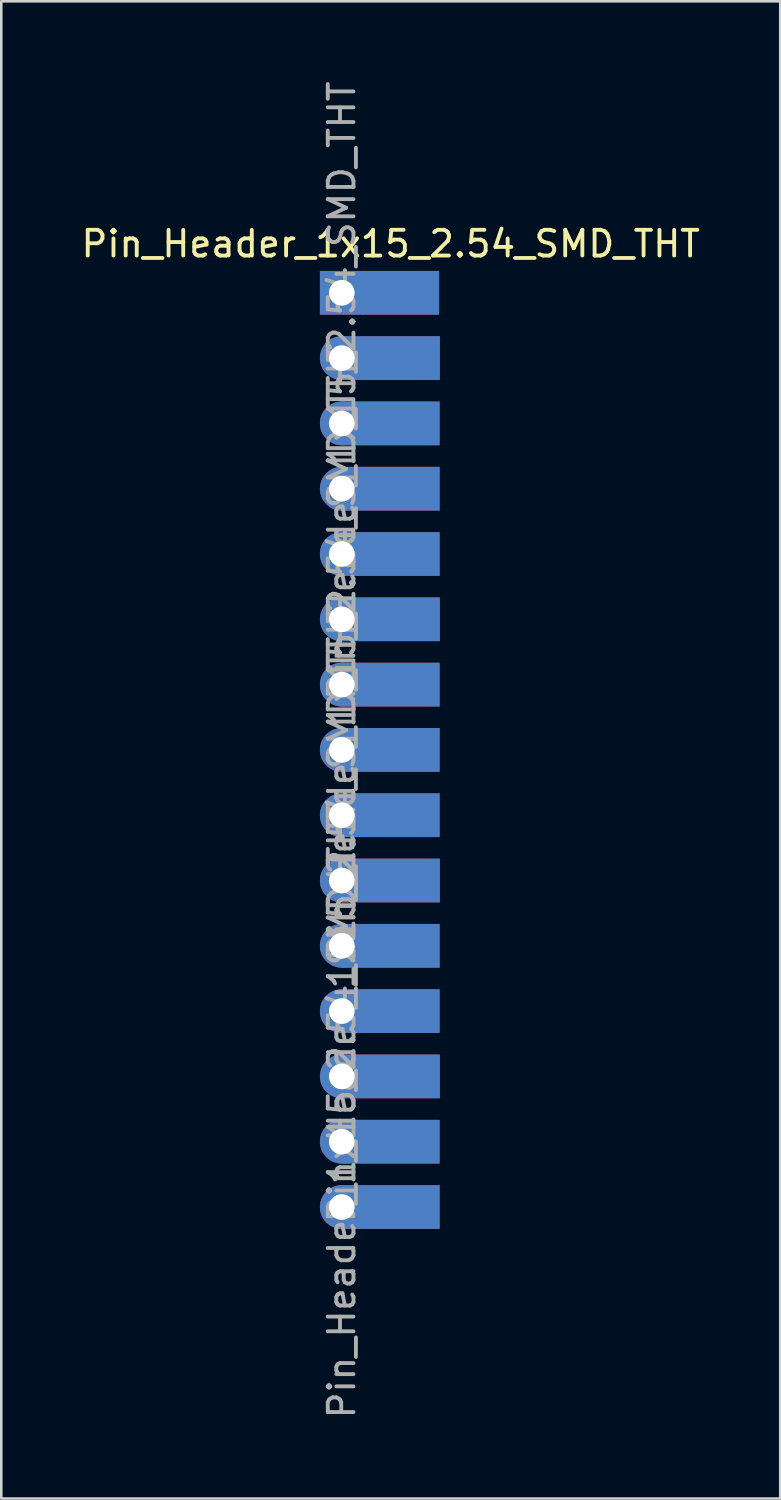
<source format=kicad_pcb>
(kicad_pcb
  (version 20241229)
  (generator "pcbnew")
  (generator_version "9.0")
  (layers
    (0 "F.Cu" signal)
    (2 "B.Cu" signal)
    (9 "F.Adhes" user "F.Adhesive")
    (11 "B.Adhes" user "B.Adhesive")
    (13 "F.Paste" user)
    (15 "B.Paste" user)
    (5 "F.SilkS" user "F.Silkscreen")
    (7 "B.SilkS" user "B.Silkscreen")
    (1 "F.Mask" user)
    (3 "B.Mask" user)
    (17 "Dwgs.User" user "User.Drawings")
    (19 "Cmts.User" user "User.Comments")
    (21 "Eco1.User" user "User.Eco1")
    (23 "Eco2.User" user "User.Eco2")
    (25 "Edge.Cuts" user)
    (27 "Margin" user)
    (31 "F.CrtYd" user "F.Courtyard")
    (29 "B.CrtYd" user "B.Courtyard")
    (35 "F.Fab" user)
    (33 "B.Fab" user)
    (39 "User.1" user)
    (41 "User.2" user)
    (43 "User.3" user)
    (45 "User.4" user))
  (footprint "Pin_Header_1x15_2.54_SMD_THT"
    (layer "F.Cu")
    (at 10.244 8.339)
    (property "Reference" "Pin_Header_1x15_2.54_SMD_THT" (at 1.905 -1.905 0) (layer "F.SilkS") (effects (font (size 1 1) (thickness 0.15))))
    (attr through_hole)
    (fp_text user "${REFERENCE}" (at 0 3.81 90) (layer "F.Fab") (effects (font (size 1 1) (thickness 0.15))))
    (fp_text user "${REFERENCE}" (at 0 24.13 90) (layer "F.Fab") (effects (font (size 1 1) (thickness 0.15))))
    (fp_text user "${REFERENCE}" (at 0 13.97 90) (layer "F.Fab") (effects (font (size 1 1) (thickness 0.15))))
    (fp_text user "${REFERENCE}" (at 0 31.75 90) (layer "F.Fab") (effects (font (size 1 1) (thickness 0.15))))
    (pad "1" thru_hole rect (at 0 0) (size 1.7 1.7) (drill 1) (layers "*.Cu" "*.Mask"))
    (pad "1" smd rect (at 2.286 0) (size 3 1.7) (layers "F.Cu" "F.Mask"))
    (pad "1" smd rect (at 2.286 0) (size 3 1.7) (layers "B.Cu" "B.Mask"))
    (pad "2" thru_hole oval (at 0 2.54) (size 1.7 1.7) (drill 1) (layers "*.Cu" "*.Mask"))
    (pad "2" smd rect (at 1.91 2.54) (size 3.81 1.7) (layers "F.Cu" "F.Mask"))
    (pad "2" smd rect (at 1.91 2.54) (size 3.81 1.7) (layers "B.Cu" "B.Mask"))
    (pad "3" thru_hole oval (at 0 5.08) (size 1.7 1.7) (drill 1) (layers "*.Cu" "*.Mask"))
    (pad "3" smd rect (at 1.9 5.08) (size 3.81 1.7) (layers "F.Cu" "F.Mask"))
    (pad "3" smd rect (at 1.9 5.08) (size 3.81 1.7) (layers "B.Cu" "B.Mask"))
    (pad "4" thru_hole oval (at 0 7.62) (size 1.7 1.7) (drill 1) (layers "*.Cu" "*.Mask"))
    (pad "4" smd rect (at 1.9 7.62) (size 3.81 1.7) (layers "F.Cu" "F.Mask"))
    (pad "4" smd rect (at 1.9 7.62) (size 3.81 1.7) (layers "B.Cu" "B.Mask"))
    (pad "5" thru_hole oval (at 0 10.16) (size 1.7 1.7) (drill 1) (layers "*.Cu" "*.Mask"))
    (pad "5" smd rect (at 1.9 10.16) (size 3.81 1.7) (layers "F.Cu" "F.Mask"))
    (pad "5" smd rect (at 1.9 10.16) (size 3.81 1.7) (layers "B.Cu" "B.Mask"))
    (pad "6" thru_hole oval (at 0 12.7) (size 1.7 1.7) (drill 1) (layers "*.Cu" "*.Mask"))
    (pad "6" smd rect (at 1.91 12.7) (size 3.81 1.7) (layers "F.Cu" "F.Mask"))
    (pad "6" smd rect (at 1.91 12.7) (size 3.81 1.7) (layers "B.Cu" "B.Mask"))
    (pad "7" thru_hole oval (at 0 15.24) (size 1.7 1.7) (drill 1) (layers "*.Cu" "*.Mask"))
    (pad "7" smd rect (at 1.9 15.24) (size 3.81 1.7) (layers "F.Cu" "F.Mask"))
    (pad "7" smd rect (at 1.9 15.24) (size 3.81 1.7) (layers "B.Cu" "B.Mask"))
    (pad "8" thru_hole oval (at 0 17.78) (size 1.7 1.7) (drill 1) (layers "*.Cu" "*.Mask"))
    (pad "8" smd rect (at 1.9 17.78) (size 3.81 1.7) (layers "F.Cu" "F.Mask"))
    (pad "8" smd rect (at 1.9 17.78) (size 3.81 1.7) (layers "B.Cu" "B.Mask"))
    (pad "9" thru_hole oval (at 0 20.32) (size 1.7 1.7) (drill 1) (layers "*.Cu" "*.Mask"))
    (pad "9" smd rect (at 1.9 20.32) (size 3.81 1.7) (layers "F.Cu" "F.Mask"))
    (pad "9" smd rect (at 1.9 20.32) (size 3.81 1.7) (layers "B.Cu" "B.Mask"))
    (pad "10" thru_hole oval (at 0 22.86) (size 1.7 1.7) (drill 1) (layers "*.Cu" "*.Mask"))
    (pad "10" smd rect (at 1.91 22.86) (size 3.81 1.7) (layers "F.Cu" "F.Mask"))
    (pad "10" smd rect (at 1.91 22.86) (size 3.81 1.7) (layers "B.Cu" "B.Mask"))
    (pad "11" thru_hole oval (at 0 25.4) (size 1.7 1.7) (drill 1) (layers "*.Cu" "*.Mask"))
    (pad "11" smd rect (at 1.9 25.4) (size 3.81 1.7) (layers "F.Cu" "F.Mask"))
    (pad "11" smd rect (at 1.9 25.4) (size 3.81 1.7) (layers "B.Cu" "B.Mask"))
    (pad "12" thru_hole oval (at 0 27.94) (size 1.7 1.7) (drill 1) (layers "*.Cu" "*.Mask"))
    (pad "12" smd rect (at 1.9 27.94) (size 3.81 1.7) (layers "F.Cu" "F.Mask"))
    (pad "12" smd rect (at 1.9 27.94) (size 3.81 1.7) (layers "B.Cu" "B.Mask"))
    (pad "13" thru_hole oval (at 0 30.48) (size 1.7 1.7) (drill 1) (layers "*.Cu" "*.Mask"))
    (pad "13" smd rect (at 1.91 30.48) (size 3.81 1.7) (layers "F.Cu" "F.Mask"))
    (pad "13" smd rect (at 1.91 30.48) (size 3.81 1.7) (layers "B.Cu" "B.Mask"))
    (pad "14" thru_hole oval (at 0 33.02) (size 1.7 1.7) (drill 1) (layers "*.Cu" "*.Mask"))
    (pad "14" smd rect (at 1.9 33.02) (size 3.81 1.7) (layers "F.Cu" "F.Mask"))
    (pad "14" smd rect (at 1.9 33.02) (size 3.81 1.7) (layers "B.Cu" "B.Mask"))
    (pad "15" thru_hole oval (at 0 35.56) (size 1.7 1.7) (drill 1) (layers "*.Cu" "*.Mask"))
    (pad "15" smd rect (at 1.9 35.56) (size 3.81 1.7) (layers "F.Cu" "F.Mask"))
    (pad "15" smd rect (at 1.9 35.56) (size 3.81 1.7) (layers "B.Cu" "B.Mask")))
  (gr_rect
    (start -3 -3)
    (end 27.298 55.238)
    (stroke (width 0.1) (type default))
    (fill no)
    (layer "Edge.Cuts")))
</source>
